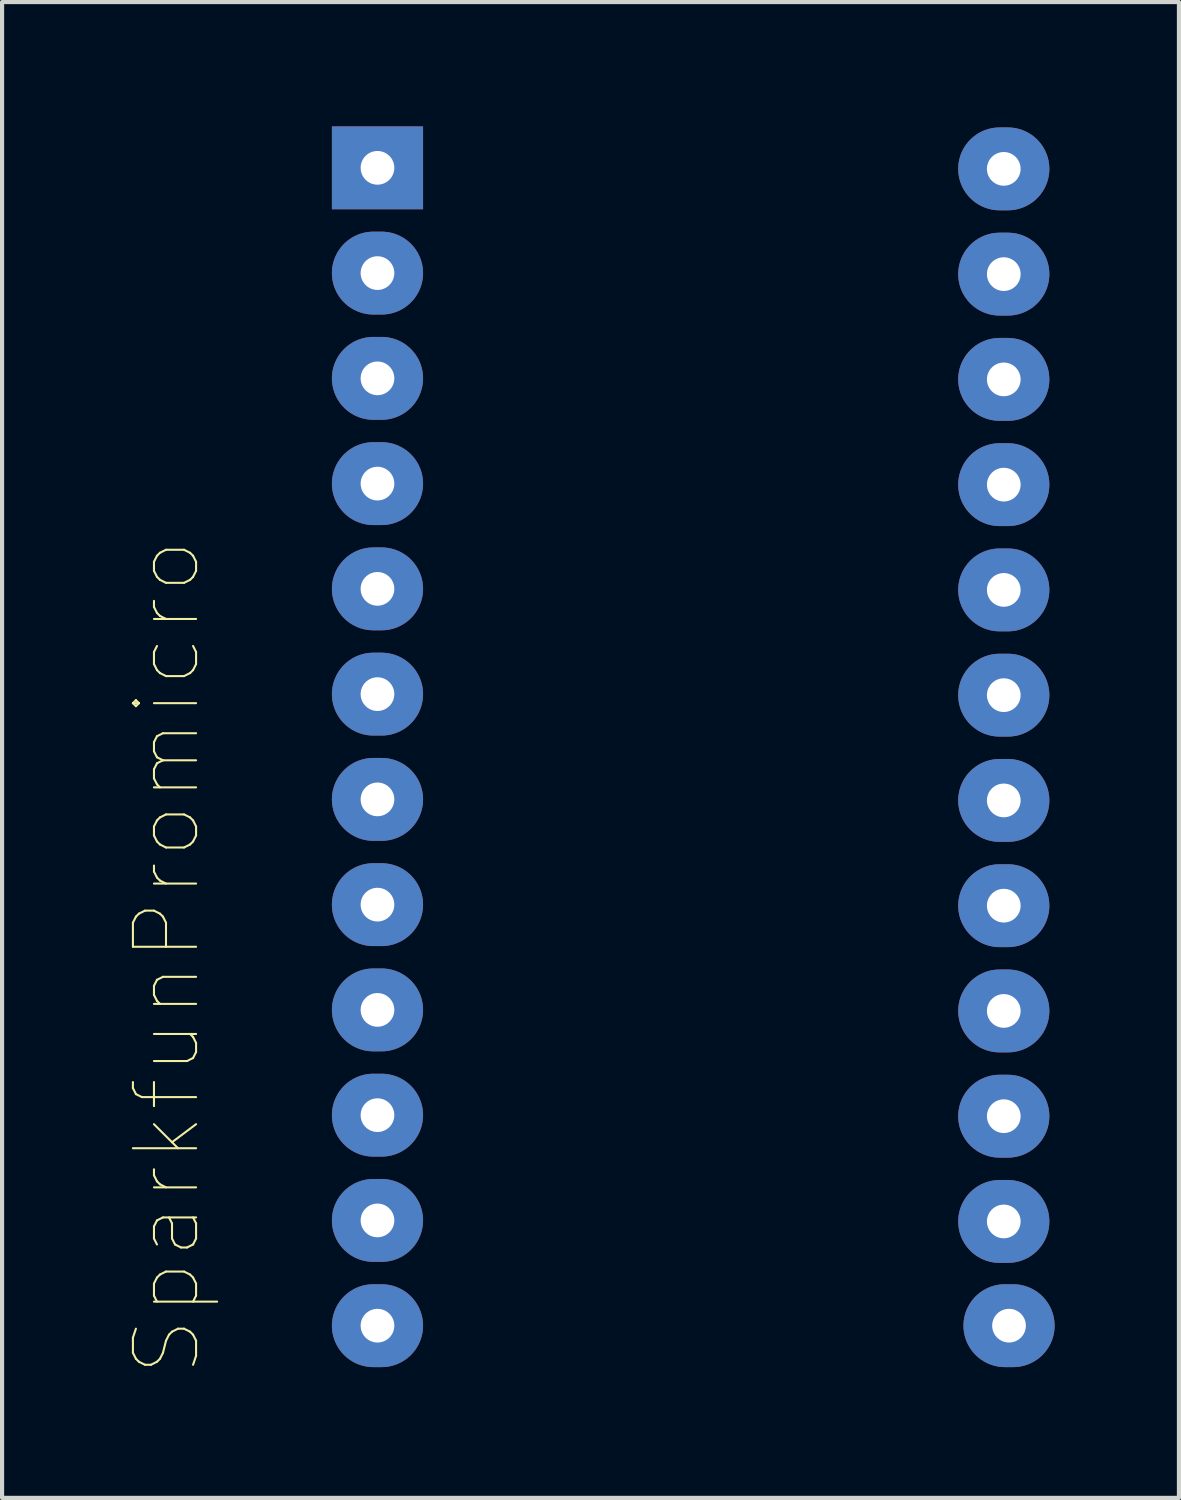
<source format=kicad_pcb>
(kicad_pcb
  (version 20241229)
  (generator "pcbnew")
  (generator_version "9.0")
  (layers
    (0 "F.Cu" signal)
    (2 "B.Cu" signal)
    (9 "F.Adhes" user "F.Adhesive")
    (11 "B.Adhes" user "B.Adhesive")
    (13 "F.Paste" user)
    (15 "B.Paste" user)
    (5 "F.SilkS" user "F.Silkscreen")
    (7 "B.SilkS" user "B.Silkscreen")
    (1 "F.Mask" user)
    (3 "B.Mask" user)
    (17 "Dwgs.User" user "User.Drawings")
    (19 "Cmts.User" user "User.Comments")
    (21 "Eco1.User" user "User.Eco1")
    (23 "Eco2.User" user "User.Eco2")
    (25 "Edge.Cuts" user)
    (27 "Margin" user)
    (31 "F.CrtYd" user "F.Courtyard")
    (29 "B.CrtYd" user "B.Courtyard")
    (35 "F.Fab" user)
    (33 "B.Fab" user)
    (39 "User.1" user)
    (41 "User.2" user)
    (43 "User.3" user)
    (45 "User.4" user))
  (footprint "SparkfunPromicro"
    (layer "F.Cu")
    (at 6.059 1)
    (property "Reference" "SparkfunPromicro" (at -5.08 19.05 90) (layer "F.SilkS") (effects (font (size 1.524 1.524) (thickness 0.05))))
    (attr smd)
    (pad "0" thru_hole oval (at 0 2.54) (size 2.2 2) (drill 0.813) (layers "*.Cu"))
    (pad "1" thru_hole rect (at 0 0) (size 2.2 2) (drill 0.813) (layers "*.Cu"))
    (pad "2" thru_hole oval (at 0 10.16) (size 2.2 2) (drill 0.813) (layers "*.Cu"))
    (pad "3" thru_hole oval (at 0 12.7) (size 2.2 2) (drill 0.813) (layers "*.Cu"))
    (pad "4" thru_hole oval (at 0 15.24) (size 2.2 2) (drill 0.813) (layers "*.Cu"))
    (pad "5" thru_hole oval (at 0 17.78) (size 2.2 2) (drill 0.813) (layers "*.Cu"))
    (pad "6" thru_hole oval (at 0 20.32) (size 2.2 2) (drill 0.813) (layers "*.Cu"))
    (pad "7" thru_hole oval (at 0 22.86) (size 2.2 2) (drill 0.813) (layers "*.Cu"))
    (pad "8" thru_hole oval (at 0 25.4) (size 2.2 2) (drill 0.813) (layers "*.Cu"))
    (pad "9" thru_hole oval (at 0 27.94) (size 2.2 2) (drill 0.813) (layers "*.Cu"))
    (pad "10" thru_hole oval (at 15.24 27.94) (size 2.2 2) (drill 0.813) (layers "*.Cu"))
    (pad "14" thru_hole oval (at 15.113 22.885) (size 2.2 2) (drill 0.813) (layers "*.Cu"))
    (pad "15" thru_hole oval (at 15.113 20.345) (size 2.2 2) (drill 0.813) (layers "*.Cu"))
    (pad "16" thru_hole oval (at 15.113 25.425) (size 2.2 2) (drill 0.813) (layers "*.Cu"))
    (pad "18" thru_hole oval (at 15.113 17.805) (size 2.2 2) (drill 0.813) (layers "*.Cu"))
    (pad "19" thru_hole oval (at 15.113 15.265) (size 2.2 2) (drill 0.813) (layers "*.Cu"))
    (pad "20" thru_hole oval (at 15.113 12.725) (size 2.2 2) (drill 0.813) (layers "*.Cu"))
    (pad "21" thru_hole oval (at 15.113 10.185) (size 2.2 2) (drill 0.813) (layers "*.Cu"))
    (pad "GND1" thru_hole oval (at 0 5.08) (size 2.2 2) (drill 0.813) (layers "*.Cu"))
    (pad "GND2" thru_hole oval (at 0 7.62) (size 2.2 2) (drill 0.813) (layers "*.Cu"))
    (pad "GND3" thru_hole oval (at 15.113 2.565) (size 2.2 2) (drill 0.813) (layers "*.Cu"))
    (pad "RAW" thru_hole oval (at 15.113 0.025) (size 2.2 2) (drill 0.813) (layers "*.Cu"))
    (pad "RST" thru_hole oval (at 15.113 5.105) (size 2.2 2) (drill 0.813) (layers "*.Cu"))
    (pad "VCC" thru_hole oval (at 15.113 7.645) (size 2.2 2) (drill 0.813) (layers "*.Cu")))
  (gr_rect
    (start -3 -3)
    (end 25.399 33.096)
    (stroke (width 0.1) (type default))
    (fill no)
    (layer "Edge.Cuts")))
</source>
